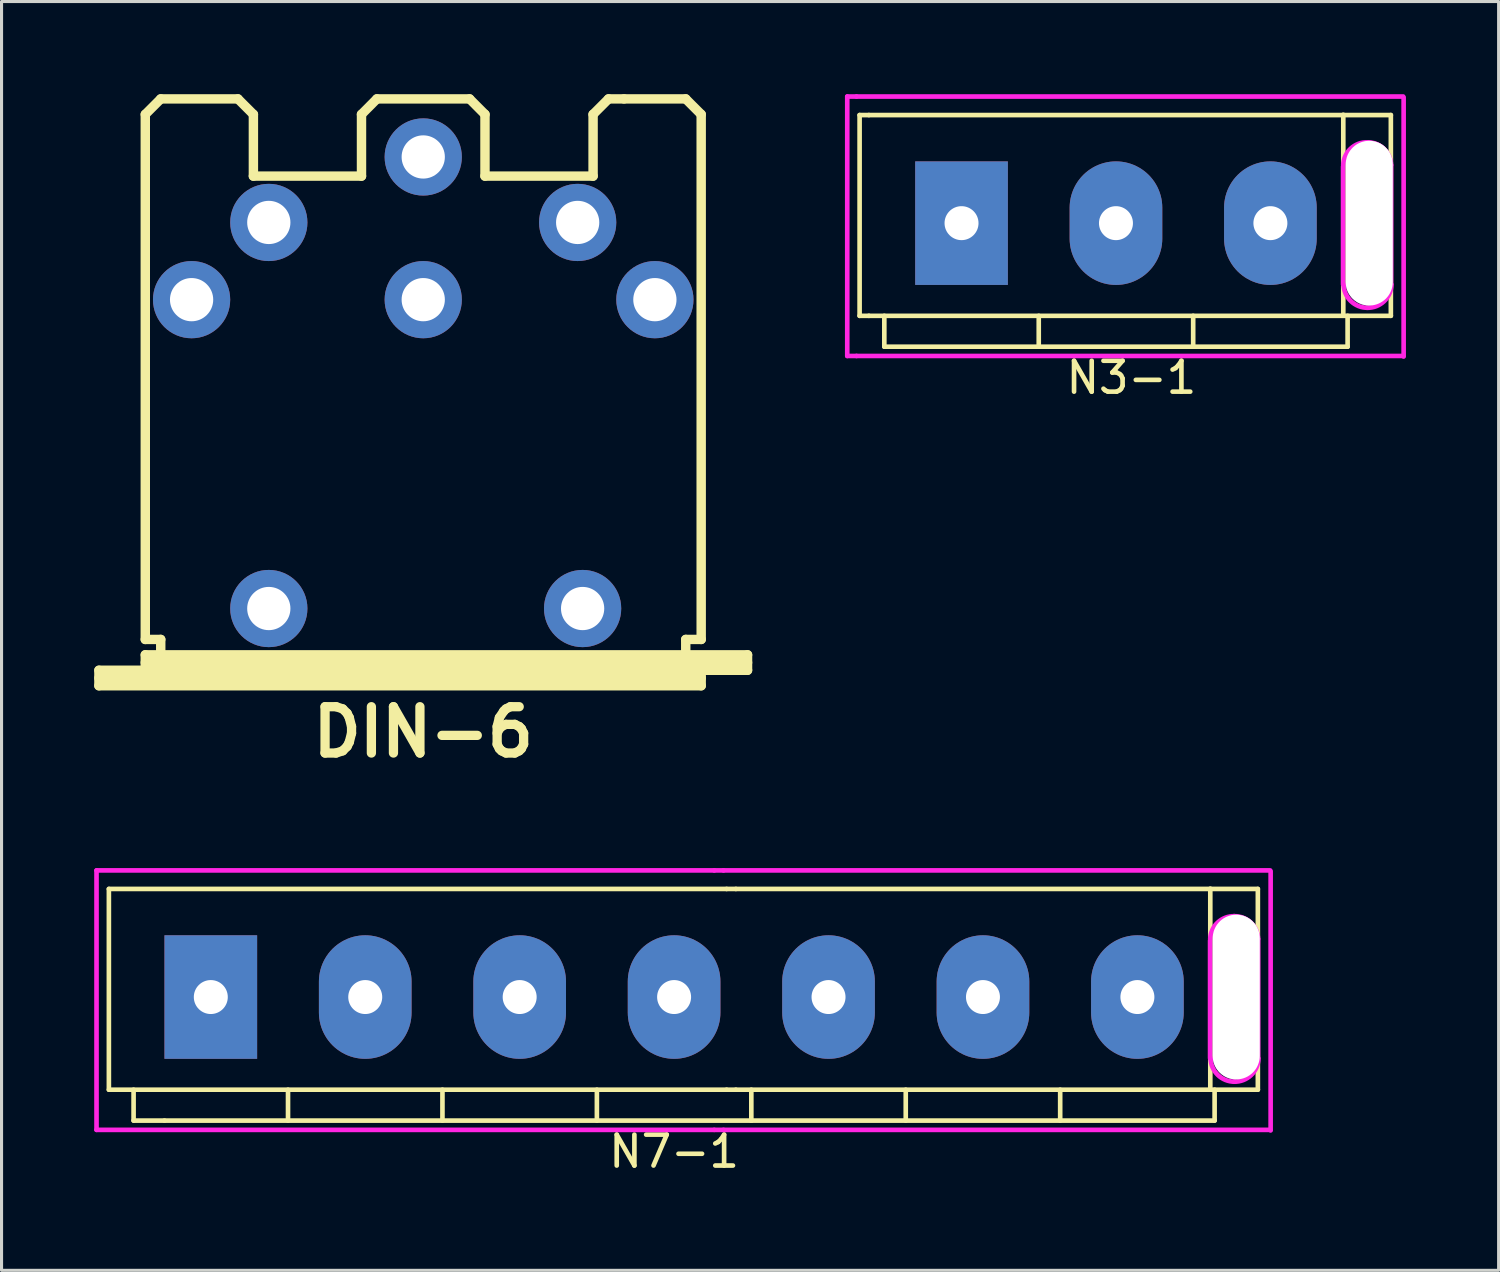
<source format=kicad_pcb>
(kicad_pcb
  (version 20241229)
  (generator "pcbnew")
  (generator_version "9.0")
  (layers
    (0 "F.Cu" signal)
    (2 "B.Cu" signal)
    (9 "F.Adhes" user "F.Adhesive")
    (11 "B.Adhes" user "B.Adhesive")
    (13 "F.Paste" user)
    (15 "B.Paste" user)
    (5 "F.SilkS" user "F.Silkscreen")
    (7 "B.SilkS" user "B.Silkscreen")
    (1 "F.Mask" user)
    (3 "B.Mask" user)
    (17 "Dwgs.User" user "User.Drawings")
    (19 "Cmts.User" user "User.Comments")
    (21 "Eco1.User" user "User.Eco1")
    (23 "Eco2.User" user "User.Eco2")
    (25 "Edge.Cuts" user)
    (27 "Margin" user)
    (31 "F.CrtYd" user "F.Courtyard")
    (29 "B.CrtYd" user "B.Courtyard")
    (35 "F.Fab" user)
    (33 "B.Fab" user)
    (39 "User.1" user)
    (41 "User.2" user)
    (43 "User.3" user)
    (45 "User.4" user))
  (footprint "N3-1"
    (layer "F.Cu")
    (at 33.081 4.175)
    (property "Reference" "N3-1" (at 0.5 5 0) (layer "F.SilkS") (effects (font (size 1 1) (thickness 0.15))))
    (attr through_hole)
    (fp_line (start -8.3 -3.5) (end -8.3 3) (stroke (width 0.15) (type solid)) (layer "F.SilkS"))
    (fp_line (start -8 -3.5) (end -8.3 -3.5) (stroke (width 0.15) (type solid)) (layer "F.SilkS"))
    (fp_line (start -8 -3.5) (end 8.9 -3.5) (stroke (width 0.15) (type solid)) (layer "F.SilkS"))
    (fp_line (start -8 3) (end -8.3 3) (stroke (width 0.15) (type solid)) (layer "F.SilkS"))
    (fp_line (start -8 3) (end 8.9 3) (stroke (width 0.15) (type solid)) (layer "F.SilkS"))
    (fp_line (start -7.5 3) (end -7.5 4) (stroke (width 0.15) (type solid)) (layer "F.SilkS"))
    (fp_line (start -7.5 4) (end 7.5 4) (stroke (width 0.15) (type solid)) (layer "F.SilkS"))
    (fp_line (start -2.5 3) (end -2.5 4) (stroke (width 0.15) (type solid)) (layer "F.SilkS"))
    (fp_line (start 2.5 3) (end 2.5 4) (stroke (width 0.15) (type solid)) (layer "F.SilkS"))
    (fp_line (start 7.36 2.99) (end 7.36 -3.51) (stroke (width 0.15) (type solid)) (layer "F.SilkS"))
    (fp_line (start 7.5 3) (end 7.5 4) (stroke (width 0.15) (type solid)) (layer "F.SilkS"))
    (fp_line (start 8.9 -3.5) (end 8.9 3) (stroke (width 0.15) (type solid)) (layer "F.SilkS"))
    (fp_line (start -8.7 -4.1) (end -8.7 4.3) (stroke (width 0.15) (type solid)) (layer "F.CrtYd"))
    (fp_line (start -8.7 4.3) (end -8.4 4.3) (stroke (width 0.15) (type solid)) (layer "F.CrtYd"))
    (fp_line (start -8.4 -4.1) (end -8.7 -4.1) (stroke (width 0.15) (type solid)) (layer "F.CrtYd"))
    (fp_line (start -8.4 -4.1) (end 9.3 -4.1) (stroke (width 0.15) (type solid)) (layer "F.CrtYd"))
    (fp_line (start -8.4 4.3) (end 9.3 4.3) (stroke (width 0.15) (type solid)) (layer "F.CrtYd"))
    (fp_line (start 7.354 -1.83) (end 7.354 1.98) (stroke (width 0.15) (type solid)) (layer "F.CrtYd"))
    (fp_line (start 8.908 -1.881) (end 8.908 1.98) (stroke (width 0.15) (type solid)) (layer "F.CrtYd"))
    (fp_line (start 9.314 4.318) (end 9.314 -4.064) (stroke (width 0.15) (type solid)) (layer "F.CrtYd"))
    (fp_arc (start 7.3582 -1.8812) (mid 7.599345 -2.412576) (end 8.1456 -2.6178) (stroke (width 0.15) (type solid)) (layer "F.CrtYd"))
    (fp_arc (start 8.1202 -2.6178) (mid 8.666455 -2.412576) (end 8.9076 -1.8812) (stroke (width 0.15) (type solid)) (layer "F.CrtYd"))
    (fp_arc (start 8.15 2.74) (mid 7.602599 2.521543) (end 7.37 1.98) (stroke (width 0.15) (type solid)) (layer "F.CrtYd"))
    (fp_arc (start 8.92 1.99) (mid 8.68033 2.528614) (end 8.13 2.74) (stroke (width 0.15) (type solid)) (layer "F.CrtYd"))
    (pad "" thru_hole oval (at 8.2 0) (size 1.524 5.334) (drill oval 1.524 5.334) (layers "*.Cu" "*.Mask"))
    (pad "1" thru_hole rect (at -5 0 90) (size 4 3) (drill 1.1) (layers "*.Cu" "*.Mask"))
    (pad "2" thru_hole oval (at 0 0 90) (size 4 3) (drill 1.1) (layers "*.Cu" "*.Mask"))
    (pad "3" thru_hole oval (at 5 0 90) (size 4 3) (drill 1.1) (layers "*.Cu" "*.Mask")))
  (footprint "DIN-6"
    (layer "F.Cu")
    (at 10.653 9.652)
    (property "Reference" "DIN-6" (at 0 11 0) (layer "F.SilkS") (effects (font (size 1.5 1.5) (thickness 0.3))))
    (attr through_hole)
    (fp_line (start -10.5 8.999) (end -8.999 8.999) (stroke (width 0.305) (type solid)) (layer "F.SilkS"))
    (fp_line (start -10.5 9.251) (end 8.999 9.251) (stroke (width 0.305) (type solid)) (layer "F.SilkS"))
    (fp_line (start -10.5 9.5) (end -10.5 8.999) (stroke (width 0.305) (type solid)) (layer "F.SilkS"))
    (fp_line (start -8.999 -8.999) (end -8.999 8.001) (stroke (width 0.305) (type solid)) (layer "F.SilkS"))
    (fp_line (start -8.999 -8.999) (end -8.499 -9.5) (stroke (width 0.305) (type solid)) (layer "F.SilkS"))
    (fp_line (start -8.999 8.001) (end -8.499 8.001) (stroke (width 0.305) (type solid)) (layer "F.SilkS"))
    (fp_line (start -8.999 8.499) (end 10.5 8.499) (stroke (width 0.305) (type solid)) (layer "F.SilkS"))
    (fp_line (start -8.999 8.75) (end 10.5 8.75) (stroke (width 0.305) (type solid)) (layer "F.SilkS"))
    (fp_line (start -8.999 8.999) (end -8.999 8.499) (stroke (width 0.305) (type solid)) (layer "F.SilkS"))
    (fp_line (start -8.499 -9.5) (end -5.999 -9.5) (stroke (width 0.305) (type solid)) (layer "F.SilkS"))
    (fp_line (start -8.499 8.001) (end -8.499 8.499) (stroke (width 0.305) (type solid)) (layer "F.SilkS"))
    (fp_line (start -5.999 -9.5) (end -5.499 -8.999) (stroke (width 0.305) (type solid)) (layer "F.SilkS"))
    (fp_line (start -5.499 -8.999) (end -5.499 -7) (stroke (width 0.305) (type solid)) (layer "F.SilkS"))
    (fp_line (start -5.499 -7) (end -1.999 -7) (stroke (width 0.305) (type solid)) (layer "F.SilkS"))
    (fp_line (start -1.999 -8.999) (end -1.999 -7) (stroke (width 0.305) (type solid)) (layer "F.SilkS"))
    (fp_line (start -1.501 -9.5) (end -1.999 -8.999) (stroke (width 0.305) (type solid)) (layer "F.SilkS"))
    (fp_line (start -1.501 -9.5) (end 1.501 -9.5) (stroke (width 0.305) (type solid)) (layer "F.SilkS"))
    (fp_line (start 1.501 -9.5) (end 1.999 -8.999) (stroke (width 0.305) (type solid)) (layer "F.SilkS"))
    (fp_line (start 1.999 -8.999) (end 1.999 -7) (stroke (width 0.305) (type solid)) (layer "F.SilkS"))
    (fp_line (start 5.499 -8.999) (end 5.499 -7) (stroke (width 0.305) (type solid)) (layer "F.SilkS"))
    (fp_line (start 5.499 -7) (end 1.999 -7) (stroke (width 0.305) (type solid)) (layer "F.SilkS"))
    (fp_line (start 5.999 -9.5) (end 5.499 -8.999) (stroke (width 0.305) (type solid)) (layer "F.SilkS"))
    (fp_line (start 6.5 -9.5) (end 5.999 -9.5) (stroke (width 0.305) (type solid)) (layer "F.SilkS"))
    (fp_line (start 8.499 -9.5) (end 6.5 -9.5) (stroke (width 0.305) (type solid)) (layer "F.SilkS"))
    (fp_line (start 8.499 8.499) (end 8.499 8.001) (stroke (width 0.305) (type solid)) (layer "F.SilkS"))
    (fp_line (start 8.999 -8.999) (end 8.499 -9.5) (stroke (width 0.305) (type solid)) (layer "F.SilkS"))
    (fp_line (start 8.999 -8.999) (end 8.999 8.001) (stroke (width 0.305) (type solid)) (layer "F.SilkS"))
    (fp_line (start 8.999 8.001) (end 8.499 8.001) (stroke (width 0.305) (type solid)) (layer "F.SilkS"))
    (fp_line (start 8.999 8.999) (end -8.999 8.999) (stroke (width 0.305) (type solid)) (layer "F.SilkS"))
    (fp_line (start 8.999 8.999) (end 8.999 9.5) (stroke (width 0.305) (type solid)) (layer "F.SilkS"))
    (fp_line (start 8.999 9.5) (end -10.5 9.5) (stroke (width 0.305) (type solid)) (layer "F.SilkS"))
    (fp_line (start 10.5 8.499) (end 10.5 8.999) (stroke (width 0.305) (type solid)) (layer "F.SilkS"))
    (fp_line (start 10.5 8.999) (end 8.999 8.999) (stroke (width 0.305) (type solid)) (layer "F.SilkS"))
    (pad "1" thru_hole circle (at 7.5 -3) (size 2.5 2.5) (drill 1.4) (layers "*.Cu" "*.Mask"))
    (pad "2" thru_hole circle (at 5 -5.5) (size 2.5 2.5) (drill 1.4) (layers "*.Cu" "*.Mask"))
    (pad "3" thru_hole circle (at 0 -7.62) (size 2.5 2.5) (drill 1.4) (layers "*.Cu" "*.Mask"))
    (pad "4" thru_hole circle (at -5 -5.5) (size 2.5 2.5) (drill 1.4) (layers "*.Cu" "*.Mask"))
    (pad "5" thru_hole circle (at -7.5 -3) (size 2.5 2.5) (drill 1.4) (layers "*.Cu" "*.Mask"))
    (pad "6" thru_hole circle (at 0 -3) (size 2.5 2.5) (drill 1.4) (layers "*.Cu" "*.Mask"))
    (pad "7" thru_hole circle (at -5 7) (size 2.5 2.5) (drill 1.4) (layers "*.Cu" "*.Mask"))
    (pad "7" thru_hole circle (at 5.16 7) (size 2.5 2.5) (drill 1.4) (layers "*.Cu" "*.Mask")))
  (footprint "N7-1"
    (layer "F.Cu")
    (at 18.775 29.231)
    (property "Reference" "N7-1" (at 0 5 0) (layer "F.SilkS") (effects (font (size 1 1) (thickness 0.15))))
    (attr through_hole)
    (fp_line (start -18.3 -3.5) (end -18.3 3) (stroke (width 0.15) (type solid)) (layer "F.SilkS"))
    (fp_line (start -17.5 3) (end -17.5 4) (stroke (width 0.15) (type solid)) (layer "F.SilkS"))
    (fp_line (start -17.5 4) (end -16.5 4) (stroke (width 0.15) (type solid)) (layer "F.SilkS"))
    (fp_line (start -12.5 3) (end -12.5 4) (stroke (width 0.15) (type solid)) (layer "F.SilkS"))
    (fp_line (start -7.5 3) (end -7.5 4) (stroke (width 0.15) (type solid)) (layer "F.SilkS"))
    (fp_line (start -2.5 3) (end -2.5 4) (stroke (width 0.15) (type solid)) (layer "F.SilkS"))
    (fp_line (start 1.7 -3.5) (end -18.3 -3.5) (stroke (width 0.15) (type solid)) (layer "F.SilkS"))
    (fp_line (start 1.7 3) (end -18.3 3) (stroke (width 0.15) (type solid)) (layer "F.SilkS"))
    (fp_line (start 2 -3.5) (end 1.7 -3.5) (stroke (width 0.15) (type solid)) (layer "F.SilkS"))
    (fp_line (start 2 -3.5) (end 18.9 -3.5) (stroke (width 0.15) (type solid)) (layer "F.SilkS"))
    (fp_line (start 2 3) (end 1.7 3) (stroke (width 0.15) (type solid)) (layer "F.SilkS"))
    (fp_line (start 2 3) (end 18.9 3) (stroke (width 0.15) (type solid)) (layer "F.SilkS"))
    (fp_line (start 2.5 3) (end 2.5 4) (stroke (width 0.15) (type solid)) (layer "F.SilkS"))
    (fp_line (start 2.5 4) (end -16.5 4) (stroke (width 0.15) (type solid)) (layer "F.SilkS"))
    (fp_line (start 2.5 4) (end 17.5 4) (stroke (width 0.15) (type solid)) (layer "F.SilkS"))
    (fp_line (start 7.5 3) (end 7.5 4) (stroke (width 0.15) (type solid)) (layer "F.SilkS"))
    (fp_line (start 12.5 3) (end 12.5 4) (stroke (width 0.15) (type solid)) (layer "F.SilkS"))
    (fp_line (start 17.36 2.99) (end 17.36 -3.51) (stroke (width 0.15) (type solid)) (layer "F.SilkS"))
    (fp_line (start 17.5 3) (end 17.5 4) (stroke (width 0.15) (type solid)) (layer "F.SilkS"))
    (fp_line (start 18.9 -3.5) (end 18.9 3) (stroke (width 0.15) (type solid)) (layer "F.SilkS"))
    (fp_line (start -18.7 -4.1) (end -18.7 4.3) (stroke (width 0.15) (type solid)) (layer "F.CrtYd"))
    (fp_line (start -18.7 4.3) (end 1.3 4.3) (stroke (width 0.15) (type solid)) (layer "F.CrtYd"))
    (fp_line (start 1.3 -4.1) (end -18.7 -4.1) (stroke (width 0.15) (type solid)) (layer "F.CrtYd"))
    (fp_line (start 1.3 4.3) (end 1.6 4.3) (stroke (width 0.15) (type solid)) (layer "F.CrtYd"))
    (fp_line (start 1.6 -4.1) (end 1.3 -4.1) (stroke (width 0.15) (type solid)) (layer "F.CrtYd"))
    (fp_line (start 1.6 -4.1) (end 19.3 -4.1) (stroke (width 0.15) (type solid)) (layer "F.CrtYd"))
    (fp_line (start 1.6 4.3) (end 19.3 4.3) (stroke (width 0.15) (type solid)) (layer "F.CrtYd"))
    (fp_line (start 17.354 -1.83) (end 17.354 1.98) (stroke (width 0.15) (type solid)) (layer "F.CrtYd"))
    (fp_line (start 18.908 -1.881) (end 18.908 1.98) (stroke (width 0.15) (type solid)) (layer "F.CrtYd"))
    (fp_line (start 19.314 4.318) (end 19.314 -4.064) (stroke (width 0.15) (type solid)) (layer "F.CrtYd"))
    (fp_arc (start 17.3582 -1.8812) (mid 17.599345 -2.412576) (end 18.1456 -2.6178) (stroke (width 0.15) (type solid)) (layer "F.CrtYd"))
    (fp_arc (start 18.1202 -2.6178) (mid 18.666455 -2.412576) (end 18.9076 -1.8812) (stroke (width 0.15) (type solid)) (layer "F.CrtYd"))
    (fp_arc (start 18.15 2.74) (mid 17.602599 2.521543) (end 17.37 1.98) (stroke (width 0.15) (type solid)) (layer "F.CrtYd"))
    (fp_arc (start 18.92 1.99) (mid 18.68033 2.528614) (end 18.13 2.74) (stroke (width 0.15) (type solid)) (layer "F.CrtYd"))
    (pad "" thru_hole oval (at 18.2 0) (size 1.524 5.334) (drill oval 1.524 5.334) (layers "*.Cu" "*.Mask"))
    (pad "1" thru_hole rect (at -15 0 90) (size 4 3) (drill 1.1) (layers "*.Cu" "*.Mask"))
    (pad "2" thru_hole oval (at -10 0 90) (size 4 3) (drill 1.1) (layers "*.Cu" "*.Mask"))
    (pad "3" thru_hole oval (at -5 0 90) (size 4 3) (drill 1.1) (layers "*.Cu" "*.Mask"))
    (pad "4" thru_hole oval (at 0 0) (size 3 4) (drill 1.1) (layers "*.Cu" "*.Mask"))
    (pad "5" thru_hole oval (at 5 0) (size 3 4) (drill 1.1) (layers "*.Cu" "*.Mask"))
    (pad "6" thru_hole oval (at 10 0) (size 3 4) (drill 1.1) (layers "*.Cu" "*.Mask"))
    (pad "7" thru_hole oval (at 15 0) (size 3 4) (drill 1.1) (layers "*.Cu" "*.Mask")))
  (gr_rect
    (start -3 -3)
    (end 45.47 38.079)
    (stroke (width 0.1) (type default))
    (fill no)
    (layer "Edge.Cuts")))
</source>
